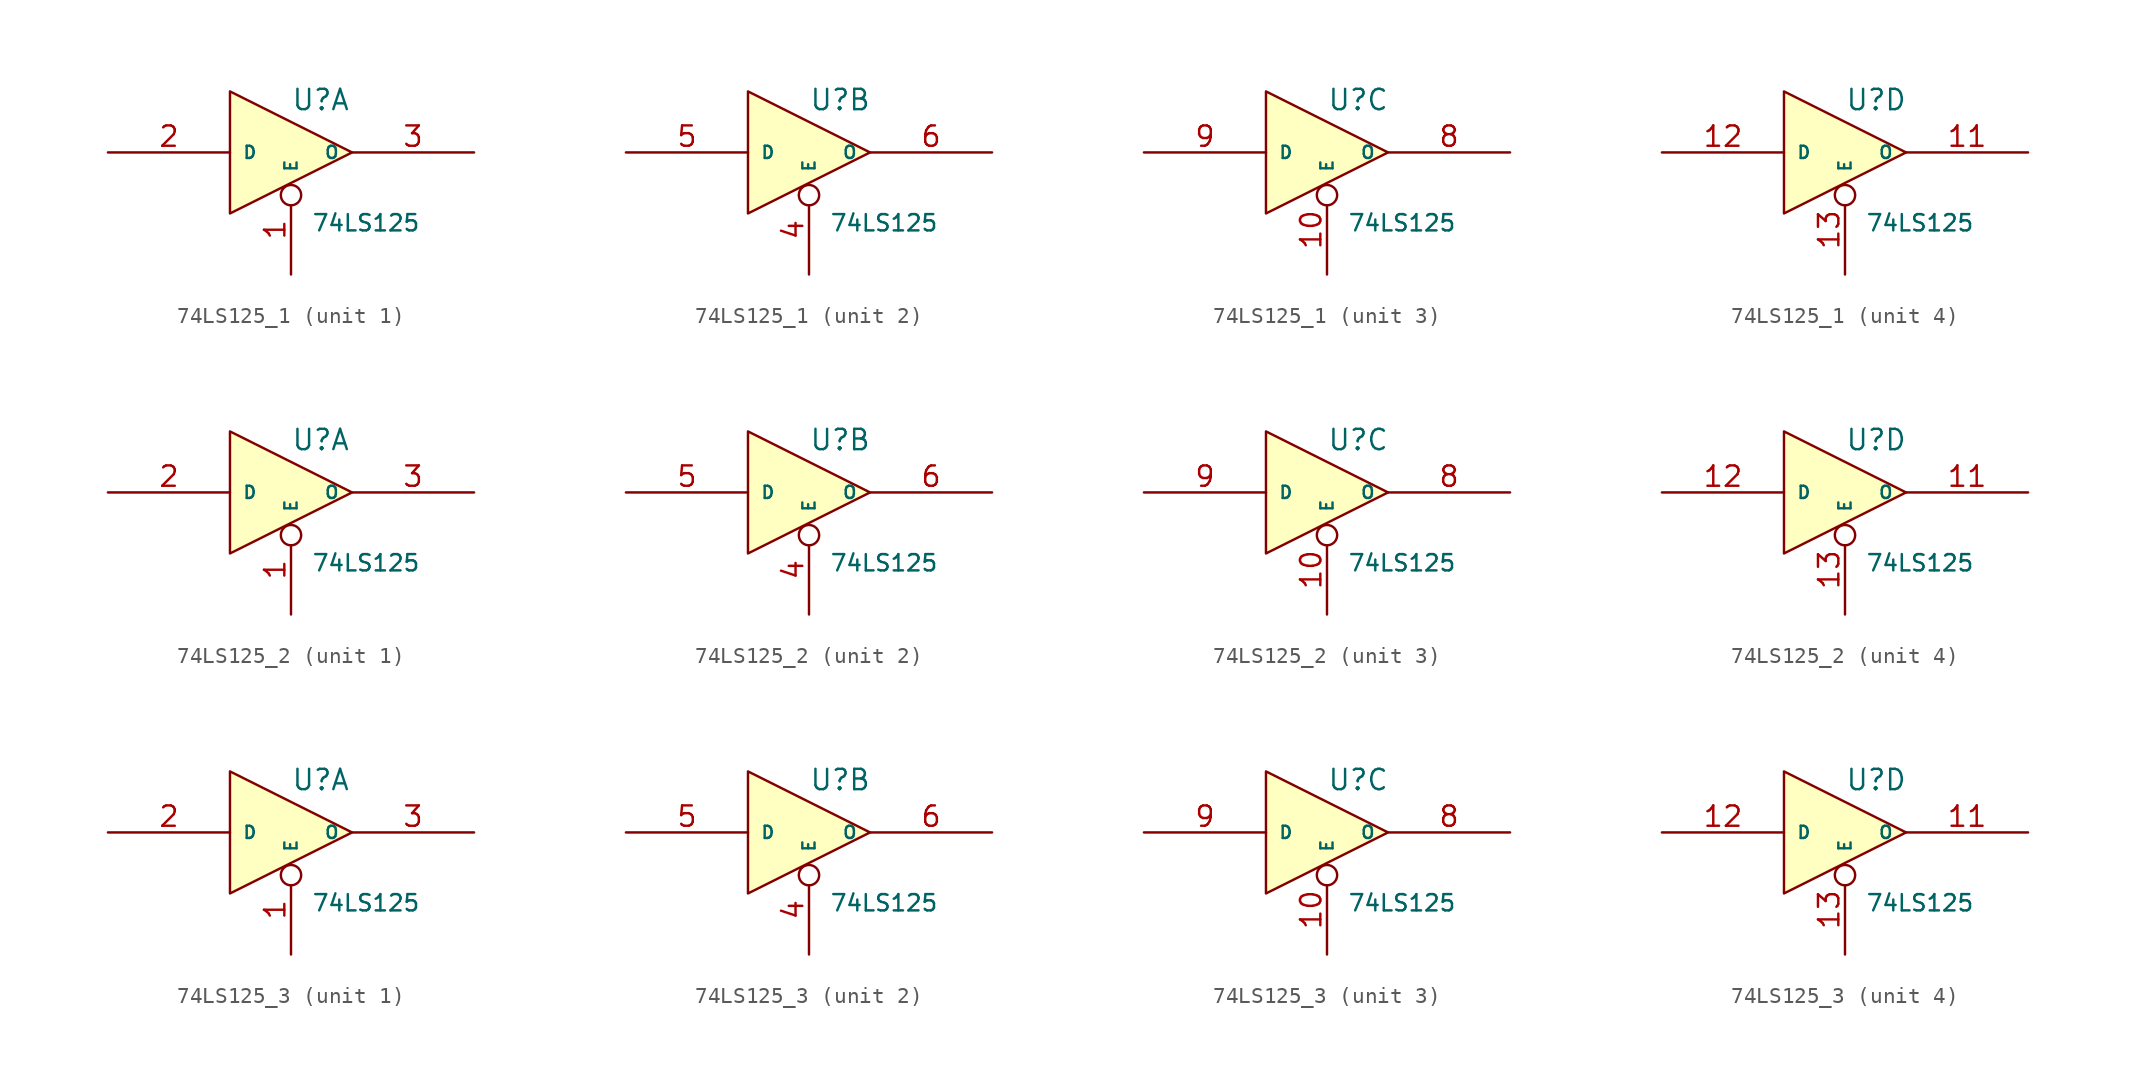
<source format=kicad_sym>
(kicad_symbol_lib
  (version 20241209)
  (generator "kicad_symbol_editor")
  (generator_version "9.0")
  (symbol "74LS125_1"
    (pin_names
      (offset 0.762))
    (property "Reference" "U"
      (at 0 2.54 0)
      (effects (font (size 1.27 1.27)) (justify left bottom)))
    (property "Value" "74LS125"
      (at 1.27 -3.81 0)
      (effects (font (size 1.016 1.016)) (justify left top)))
    (property "Footprint" ""
      (at 0 0 0)
      (effects (font (size 1.524 1.524))))
    (property "Datasheet" ""
      (at 0 0 0)
      (effects (font (size 1.524 1.524))))
    (symbol "74LS125_1_0_0"
      (pin power_in line (at -3.81 3.81 270) (length 0) (hide yes) (name "VCC" (effects (font (size 0.762 0.762)))) (number "14" (effects (font (size 1.27 1.27)))))
      (pin power_in line (at -3.81 -3.81 90) (length 0) (hide yes) (name "GND" (effects (font (size 0.762 0.762)))) (number "7" (effects (font (size 1.27 1.27))))))
    (symbol "74LS125_1_0_1"
      (polyline (pts (xy -3.81 3.81) (xy -3.81 -3.81) (xy 3.81 0) (xy -3.81 3.81)) (stroke (width 0) (type default)) (fill (type background))))
    (symbol "74LS125_1_1_0"
      (pin input inverted (at 0 -7.62 90) (length 5.588) (name "E" (effects (font (size 0.762 0.762)))) (number "1" (effects (font (size 1.27 1.27))))))
    (symbol "74LS125_1_1_1"
      (pin input line (at -11.43 0 0) (length 7.62) (name "D" (effects (font (size 0.762 0.762)))) (number "2" (effects (font (size 1.27 1.27)))))
      (pin tri_state line (at 11.43 0 180) (length 7.62) (name "O" (effects (font (size 0.762 0.762)))) (number "3" (effects (font (size 1.27 1.27))))))
    (symbol "74LS125_1_2_0"
      (pin input inverted (at 0 -7.62 90) (length 5.588) (name "E" (effects (font (size 0.762 0.762)))) (number "4" (effects (font (size 1.27 1.27))))))
    (symbol "74LS125_1_2_1"
      (pin input line (at -11.43 0 0) (length 7.62) (name "D" (effects (font (size 0.762 0.762)))) (number "5" (effects (font (size 1.27 1.27)))))
      (pin tri_state line (at 11.43 0 180) (length 7.62) (name "O" (effects (font (size 0.762 0.762)))) (number "6" (effects (font (size 1.27 1.27))))))
    (symbol "74LS125_1_3_0"
      (pin input inverted (at 0 -7.62 90) (length 5.588) (name "E" (effects (font (size 0.762 0.762)))) (number "10" (effects (font (size 1.27 1.27))))))
    (symbol "74LS125_1_3_1"
      (pin input line (at -11.43 0 0) (length 7.62) (name "D" (effects (font (size 0.762 0.762)))) (number "9" (effects (font (size 1.27 1.27)))))
      (pin tri_state line (at 11.43 0 180) (length 7.62) (name "O" (effects (font (size 0.762 0.762)))) (number "8" (effects (font (size 1.27 1.27))))))
    (symbol "74LS125_1_4_0"
      (pin input inverted (at 0 -7.62 90) (length 5.588) (name "E" (effects (font (size 0.762 0.762)))) (number "13" (effects (font (size 1.27 1.27))))))
    (symbol "74LS125_1_4_1"
      (pin input line (at -11.43 0 0) (length 7.62) (name "D" (effects (font (size 0.762 0.762)))) (number "12" (effects (font (size 1.27 1.27)))))
      (pin tri_state line (at 11.43 0 180) (length 7.62) (name "O" (effects (font (size 0.762 0.762)))) (number "11" (effects (font (size 1.27 1.27)))))))
  (symbol "74LS125_2"
    (pin_names
      (offset 0.762))
    (property "Reference" "U"
      (at 0 2.54 0)
      (effects (font (size 1.27 1.27)) (justify left bottom)))
    (property "Value" "74LS125"
      (at 1.27 -3.81 0)
      (effects (font (size 1.016 1.016)) (justify left top)))
    (property "Footprint" ""
      (at 0 0 0)
      (effects (font (size 1.524 1.524))))
    (property "Datasheet" ""
      (at 0 0 0)
      (effects (font (size 1.524 1.524))))
    (symbol "74LS125_2_0_0"
      (pin power_in line (at -3.81 3.81 270) (length 0) (hide yes) (name "VCC" (effects (font (size 0.762 0.762)))) (number "14" (effects (font (size 1.27 1.27)))))
      (pin power_in line (at -3.81 -3.81 90) (length 0) (hide yes) (name "GND" (effects (font (size 0.762 0.762)))) (number "7" (effects (font (size 1.27 1.27))))))
    (symbol "74LS125_2_0_1"
      (polyline (pts (xy -3.81 3.81) (xy -3.81 -3.81) (xy 3.81 0) (xy -3.81 3.81)) (stroke (width 0) (type default)) (fill (type background))))
    (symbol "74LS125_2_1_0"
      (pin input inverted (at 0 -7.62 90) (length 5.588) (name "E" (effects (font (size 0.762 0.762)))) (number "1" (effects (font (size 1.27 1.27))))))
    (symbol "74LS125_2_1_1"
      (pin input line (at -11.43 0 0) (length 7.62) (name "D" (effects (font (size 0.762 0.762)))) (number "2" (effects (font (size 1.27 1.27)))))
      (pin tri_state line (at 11.43 0 180) (length 7.62) (name "O" (effects (font (size 0.762 0.762)))) (number "3" (effects (font (size 1.27 1.27))))))
    (symbol "74LS125_2_2_0"
      (pin input inverted (at 0 -7.62 90) (length 5.588) (name "E" (effects (font (size 0.762 0.762)))) (number "4" (effects (font (size 1.27 1.27))))))
    (symbol "74LS125_2_2_1"
      (pin input line (at -11.43 0 0) (length 7.62) (name "D" (effects (font (size 0.762 0.762)))) (number "5" (effects (font (size 1.27 1.27)))))
      (pin tri_state line (at 11.43 0 180) (length 7.62) (name "O" (effects (font (size 0.762 0.762)))) (number "6" (effects (font (size 1.27 1.27))))))
    (symbol "74LS125_2_3_0"
      (pin input inverted (at 0 -7.62 90) (length 5.588) (name "E" (effects (font (size 0.762 0.762)))) (number "10" (effects (font (size 1.27 1.27))))))
    (symbol "74LS125_2_3_1"
      (pin input line (at -11.43 0 0) (length 7.62) (name "D" (effects (font (size 0.762 0.762)))) (number "9" (effects (font (size 1.27 1.27)))))
      (pin tri_state line (at 11.43 0 180) (length 7.62) (name "O" (effects (font (size 0.762 0.762)))) (number "8" (effects (font (size 1.27 1.27))))))
    (symbol "74LS125_2_4_0"
      (pin input inverted (at 0 -7.62 90) (length 5.588) (name "E" (effects (font (size 0.762 0.762)))) (number "13" (effects (font (size 1.27 1.27))))))
    (symbol "74LS125_2_4_1"
      (pin input line (at -11.43 0 0) (length 7.62) (name "D" (effects (font (size 0.762 0.762)))) (number "12" (effects (font (size 1.27 1.27)))))
      (pin tri_state line (at 11.43 0 180) (length 7.62) (name "O" (effects (font (size 0.762 0.762)))) (number "11" (effects (font (size 1.27 1.27)))))))
  (symbol "74LS125_3"
    (pin_names
      (offset 0.762))
    (property "Reference" "U"
      (at 0 2.54 0)
      (effects (font (size 1.27 1.27)) (justify left bottom)))
    (property "Value" "74LS125"
      (at 1.27 -3.81 0)
      (effects (font (size 1.016 1.016)) (justify left top)))
    (property "Footprint" ""
      (at 0 0 0)
      (effects (font (size 1.524 1.524))))
    (property "Datasheet" ""
      (at 0 0 0)
      (effects (font (size 1.524 1.524))))
    (symbol "74LS125_3_0_0"
      (pin power_in line (at -3.81 3.81 270) (length 0) (hide yes) (name "VCC" (effects (font (size 0.762 0.762)))) (number "14" (effects (font (size 1.27 1.27)))))
      (pin power_in line (at -3.81 -3.81 90) (length 0) (hide yes) (name "GND" (effects (font (size 0.762 0.762)))) (number "7" (effects (font (size 1.27 1.27))))))
    (symbol "74LS125_3_0_1"
      (polyline (pts (xy -3.81 3.81) (xy -3.81 -3.81) (xy 3.81 0) (xy -3.81 3.81)) (stroke (width 0) (type default)) (fill (type background))))
    (symbol "74LS125_3_1_0"
      (pin input inverted (at 0 -7.62 90) (length 5.588) (name "E" (effects (font (size 0.762 0.762)))) (number "1" (effects (font (size 1.27 1.27))))))
    (symbol "74LS125_3_1_1"
      (pin input line (at -11.43 0 0) (length 7.62) (name "D" (effects (font (size 0.762 0.762)))) (number "2" (effects (font (size 1.27 1.27)))))
      (pin tri_state line (at 11.43 0 180) (length 7.62) (name "O" (effects (font (size 0.762 0.762)))) (number "3" (effects (font (size 1.27 1.27))))))
    (symbol "74LS125_3_2_0"
      (pin input inverted (at 0 -7.62 90) (length 5.588) (name "E" (effects (font (size 0.762 0.762)))) (number "4" (effects (font (size 1.27 1.27))))))
    (symbol "74LS125_3_2_1"
      (pin input line (at -11.43 0 0) (length 7.62) (name "D" (effects (font (size 0.762 0.762)))) (number "5" (effects (font (size 1.27 1.27)))))
      (pin tri_state line (at 11.43 0 180) (length 7.62) (name "O" (effects (font (size 0.762 0.762)))) (number "6" (effects (font (size 1.27 1.27))))))
    (symbol "74LS125_3_3_0"
      (pin input inverted (at 0 -7.62 90) (length 5.588) (name "E" (effects (font (size 0.762 0.762)))) (number "10" (effects (font (size 1.27 1.27))))))
    (symbol "74LS125_3_3_1"
      (pin input line (at -11.43 0 0) (length 7.62) (name "D" (effects (font (size 0.762 0.762)))) (number "9" (effects (font (size 1.27 1.27)))))
      (pin tri_state line (at 11.43 0 180) (length 7.62) (name "O" (effects (font (size 0.762 0.762)))) (number "8" (effects (font (size 1.27 1.27))))))
    (symbol "74LS125_3_4_0"
      (pin input inverted (at 0 -7.62 90) (length 5.588) (name "E" (effects (font (size 0.762 0.762)))) (number "13" (effects (font (size 1.27 1.27))))))
    (symbol "74LS125_3_4_1"
      (pin input line (at -11.43 0 0) (length 7.62) (name "D" (effects (font (size 0.762 0.762)))) (number "12" (effects (font (size 1.27 1.27)))))
      (pin tri_state line (at 11.43 0 180) (length 7.62) (name "O" (effects (font (size 0.762 0.762)))) (number "11" (effects (font (size 1.27 1.27))))))))
</source>
